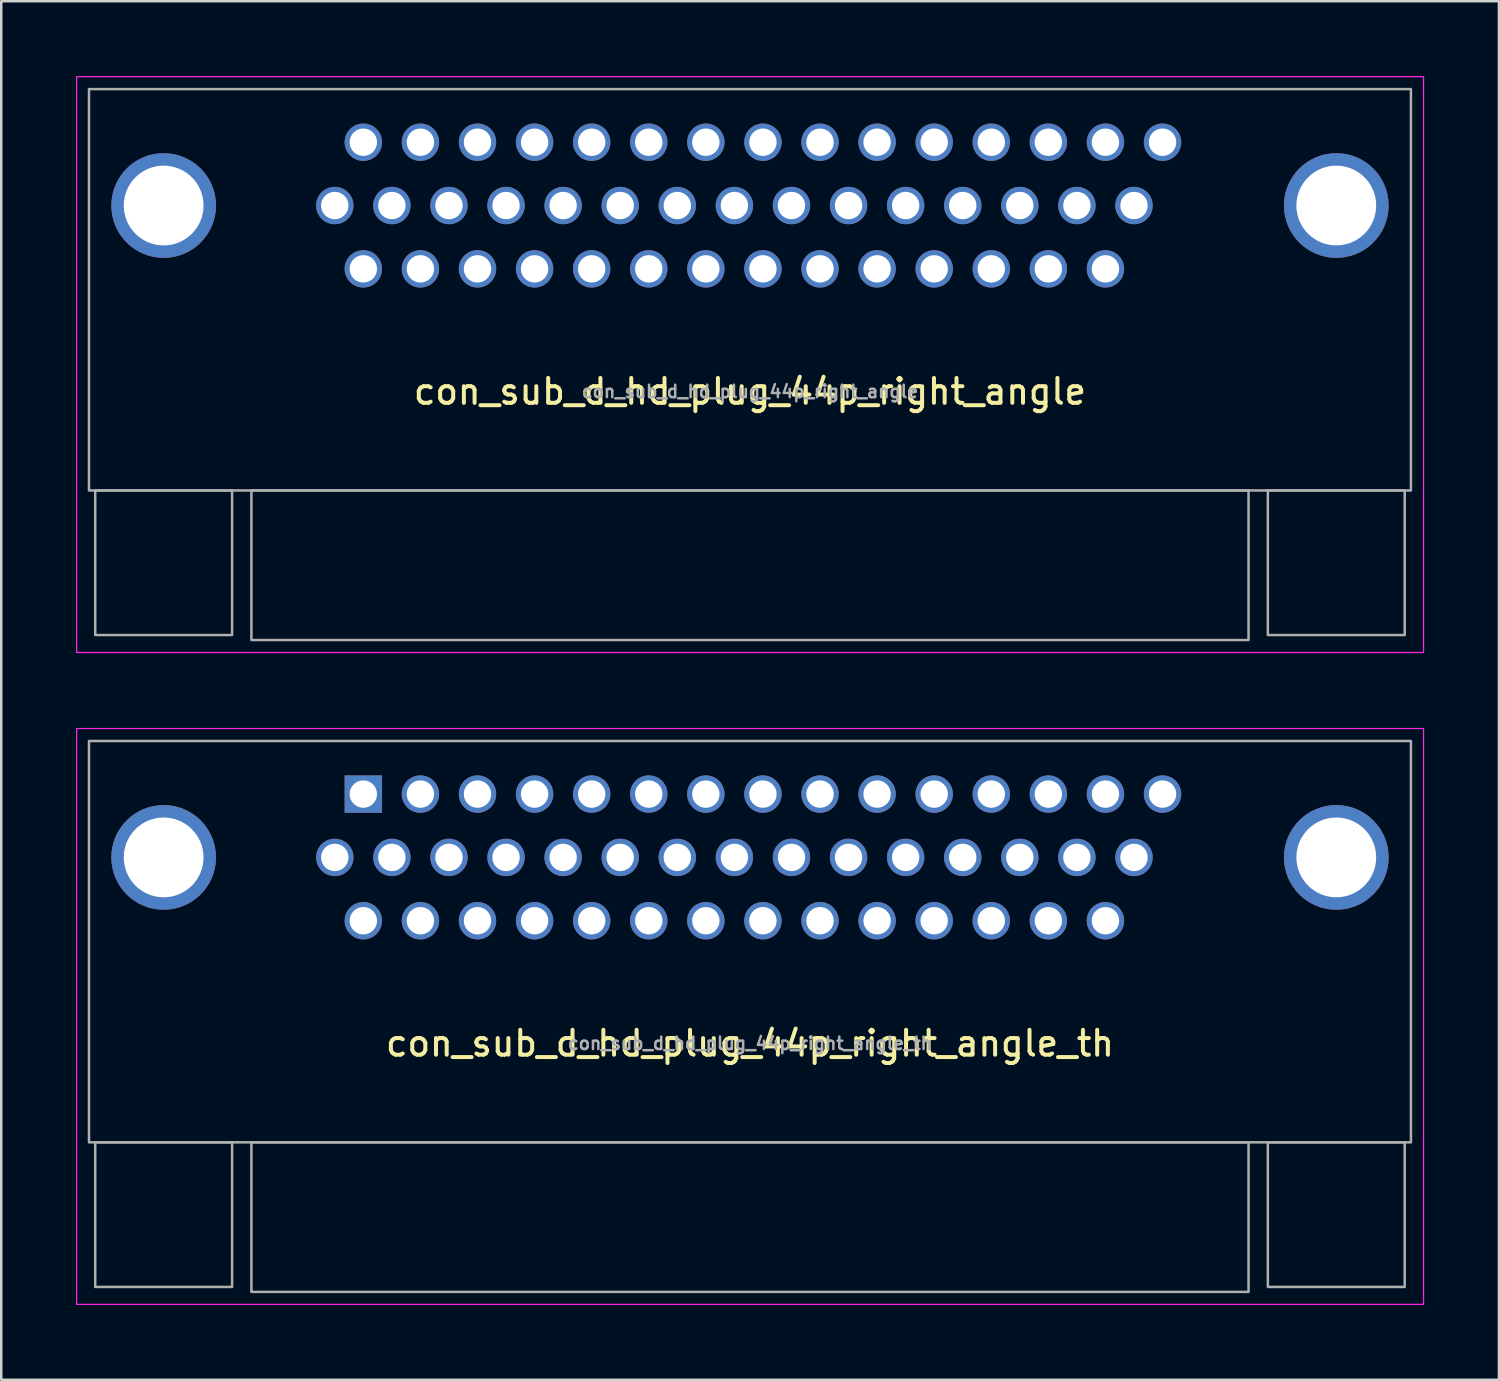
<source format=kicad_pcb>
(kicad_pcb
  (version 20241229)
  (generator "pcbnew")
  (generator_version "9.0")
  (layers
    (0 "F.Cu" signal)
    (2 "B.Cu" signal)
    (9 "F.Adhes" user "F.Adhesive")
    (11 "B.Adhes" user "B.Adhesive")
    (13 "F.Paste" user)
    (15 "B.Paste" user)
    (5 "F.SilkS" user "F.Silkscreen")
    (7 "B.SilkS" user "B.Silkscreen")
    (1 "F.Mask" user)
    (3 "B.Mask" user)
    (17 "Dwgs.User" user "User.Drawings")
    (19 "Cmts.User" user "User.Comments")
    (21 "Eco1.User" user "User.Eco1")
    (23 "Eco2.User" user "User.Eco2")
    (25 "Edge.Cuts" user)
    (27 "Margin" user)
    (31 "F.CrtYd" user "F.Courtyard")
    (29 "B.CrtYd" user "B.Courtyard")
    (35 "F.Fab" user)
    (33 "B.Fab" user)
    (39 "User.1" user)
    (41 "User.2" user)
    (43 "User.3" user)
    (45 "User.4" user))
  (footprint "con_sub_d_hd_plug_44p_right_angle_th"
    (layer "F.Cu")
    (at 11.525 28.805)
    (property "Reference" "con_sub_d_hd_plug_44p_right_angle_th" (at 15.51 10 0) (layer "F.SilkS") (effects (font (size 1 1) (thickness 0.16))))
    (attr through_hole exclude_from_pos_files)
    (fp_rect (start -11.5 -2.63) (end 42.53 20.47) (stroke (width 0.05) (type solid)) (fill no) (layer "F.CrtYd"))
    (fp_rect (start -11.005 -2.13) (end 42.025 13.97) (stroke (width 0.1) (type solid)) (fill no) (layer "F.Fab"))
    (fp_rect (start -10.755 13.97) (end -5.265 19.77) (stroke (width 0.1) (type solid)) (fill no) (layer "F.Fab"))
    (fp_rect (start -4.49 13.97) (end 35.51 19.97) (stroke (width 0.1) (type solid)) (fill no) (layer "F.Fab"))
    (fp_rect (start 36.285 13.97) (end 41.775 19.77) (stroke (width 0.1) (type solid)) (fill no) (layer "F.Fab"))
    (fp_text user "${REFERENCE}" (at 15.51 10 0) (layer "F.Fab") (effects (font (size 0.5 0.5) (thickness 0.1))))
    (pad "1" thru_hole rect (at 0 0) (size 1.5 1.5) (drill 1.1) (layers "*.Cu" "*.Mask"))
    (pad "2" thru_hole circle (at 2.29 0) (size 1.5 1.5) (drill 1.1) (layers "*.Cu" "*.Mask"))
    (pad "3" thru_hole circle (at 4.58 0) (size 1.5 1.5) (drill 1.1) (layers "*.Cu" "*.Mask"))
    (pad "4" thru_hole circle (at 6.87 0) (size 1.5 1.5) (drill 1.1) (layers "*.Cu" "*.Mask"))
    (pad "5" thru_hole circle (at 9.16 0) (size 1.5 1.5) (drill 1.1) (layers "*.Cu" "*.Mask"))
    (pad "6" thru_hole circle (at 11.45 0) (size 1.5 1.5) (drill 1.1) (layers "*.Cu" "*.Mask"))
    (pad "7" thru_hole circle (at 13.74 0) (size 1.5 1.5) (drill 1.1) (layers "*.Cu" "*.Mask"))
    (pad "8" thru_hole circle (at 16.03 0) (size 1.5 1.5) (drill 1.1) (layers "*.Cu" "*.Mask"))
    (pad "9" thru_hole circle (at 18.32 0) (size 1.5 1.5) (drill 1.1) (layers "*.Cu" "*.Mask"))
    (pad "10" thru_hole circle (at 20.61 0) (size 1.5 1.5) (drill 1.1) (layers "*.Cu" "*.Mask"))
    (pad "11" thru_hole circle (at 22.9 0) (size 1.5 1.5) (drill 1.1) (layers "*.Cu" "*.Mask"))
    (pad "12" thru_hole circle (at 25.19 0) (size 1.5 1.5) (drill 1.1) (layers "*.Cu" "*.Mask"))
    (pad "13" thru_hole circle (at 27.48 0) (size 1.5 1.5) (drill 1.1) (layers "*.Cu" "*.Mask"))
    (pad "14" thru_hole circle (at 29.77 0) (size 1.5 1.5) (drill 1.1) (layers "*.Cu" "*.Mask"))
    (pad "15" thru_hole circle (at 32.06 0) (size 1.5 1.5) (drill 1.1) (layers "*.Cu" "*.Mask"))
    (pad "16" thru_hole circle (at -1.145 2.54) (size 1.5 1.5) (drill 1.1) (layers "*.Cu" "*.Mask"))
    (pad "17" thru_hole circle (at 1.145 2.54) (size 1.5 1.5) (drill 1.1) (layers "*.Cu" "*.Mask"))
    (pad "18" thru_hole circle (at 3.435 2.54) (size 1.5 1.5) (drill 1.1) (layers "*.Cu" "*.Mask"))
    (pad "19" thru_hole circle (at 5.725 2.54) (size 1.5 1.5) (drill 1.1) (layers "*.Cu" "*.Mask"))
    (pad "20" thru_hole circle (at 8.015 2.54) (size 1.5 1.5) (drill 1.1) (layers "*.Cu" "*.Mask"))
    (pad "21" thru_hole circle (at 10.305 2.54) (size 1.5 1.5) (drill 1.1) (layers "*.Cu" "*.Mask"))
    (pad "22" thru_hole circle (at 12.595 2.54) (size 1.5 1.5) (drill 1.1) (layers "*.Cu" "*.Mask"))
    (pad "23" thru_hole circle (at 14.885 2.54) (size 1.5 1.5) (drill 1.1) (layers "*.Cu" "*.Mask"))
    (pad "24" thru_hole circle (at 17.175 2.54) (size 1.5 1.5) (drill 1.1) (layers "*.Cu" "*.Mask"))
    (pad "25" thru_hole circle (at 19.465 2.54) (size 1.5 1.5) (drill 1.1) (layers "*.Cu" "*.Mask"))
    (pad "26" thru_hole circle (at 21.755 2.54) (size 1.5 1.5) (drill 1.1) (layers "*.Cu" "*.Mask"))
    (pad "27" thru_hole circle (at 24.045 2.54) (size 1.5 1.5) (drill 1.1) (layers "*.Cu" "*.Mask"))
    (pad "28" thru_hole circle (at 26.335 2.54) (size 1.5 1.5) (drill 1.1) (layers "*.Cu" "*.Mask"))
    (pad "29" thru_hole circle (at 28.625 2.54) (size 1.5 1.5) (drill 1.1) (layers "*.Cu" "*.Mask"))
    (pad "30" thru_hole circle (at 30.915 2.54) (size 1.5 1.5) (drill 1.1) (layers "*.Cu" "*.Mask"))
    (pad "31" thru_hole circle (at 0 5.08) (size 1.5 1.5) (drill 1.1) (layers "*.Cu" "*.Mask"))
    (pad "32" thru_hole circle (at 2.29 5.08) (size 1.5 1.5) (drill 1.1) (layers "*.Cu" "*.Mask"))
    (pad "33" thru_hole circle (at 4.58 5.08) (size 1.5 1.5) (drill 1.1) (layers "*.Cu" "*.Mask"))
    (pad "34" thru_hole circle (at 6.87 5.08) (size 1.5 1.5) (drill 1.1) (layers "*.Cu" "*.Mask"))
    (pad "35" thru_hole circle (at 9.16 5.08) (size 1.5 1.5) (drill 1.1) (layers "*.Cu" "*.Mask"))
    (pad "36" thru_hole circle (at 11.45 5.08) (size 1.5 1.5) (drill 1.1) (layers "*.Cu" "*.Mask"))
    (pad "37" thru_hole circle (at 13.74 5.08) (size 1.5 1.5) (drill 1.1) (layers "*.Cu" "*.Mask"))
    (pad "38" thru_hole circle (at 16.03 5.08) (size 1.5 1.5) (drill 1.1) (layers "*.Cu" "*.Mask"))
    (pad "39" thru_hole circle (at 18.32 5.08) (size 1.5 1.5) (drill 1.1) (layers "*.Cu" "*.Mask"))
    (pad "40" thru_hole circle (at 20.61 5.08) (size 1.5 1.5) (drill 1.1) (layers "*.Cu" "*.Mask"))
    (pad "41" thru_hole circle (at 22.9 5.08) (size 1.5 1.5) (drill 1.1) (layers "*.Cu" "*.Mask"))
    (pad "42" thru_hole circle (at 25.19 5.08) (size 1.5 1.5) (drill 1.1) (layers "*.Cu" "*.Mask"))
    (pad "43" thru_hole circle (at 27.48 5.08) (size 1.5 1.5) (drill 1.1) (layers "*.Cu" "*.Mask"))
    (pad "44" thru_hole circle (at 29.77 5.08) (size 1.5 1.5) (drill 1.1) (layers "*.Cu" "*.Mask"))
    (pad "45" thru_hole circle (at -8.01 2.54) (size 4.2 4.2) (drill 3.2) (layers "*.Cu" "*.Mask"))
    (pad "45" thru_hole circle (at 39.03 2.54) (size 4.2 4.2) (drill 3.2) (layers "*.Cu" "*.Mask")))
  (footprint "con_sub_d_hd_plug_44p_right_angle"
    (layer "F.Cu")
    (at 11.525 2.655)
    (property "Reference" "con_sub_d_hd_plug_44p_right_angle" (at 15.51 10 0) (layer "F.SilkS") (effects (font (size 1 1) (thickness 0.16))))
    (attr through_hole exclude_from_pos_files)
    (fp_rect (start -11.5 -2.63) (end 42.53 20.47) (stroke (width 0.05) (type solid)) (fill no) (layer "F.CrtYd"))
    (fp_rect (start -11.005 -2.13) (end 42.025 13.97) (stroke (width 0.1) (type solid)) (fill no) (layer "F.Fab"))
    (fp_rect (start -10.755 13.97) (end -5.265 19.77) (stroke (width 0.1) (type solid)) (fill no) (layer "F.Fab"))
    (fp_rect (start -4.49 13.97) (end 35.51 19.97) (stroke (width 0.1) (type solid)) (fill no) (layer "F.Fab"))
    (fp_rect (start 36.285 13.97) (end 41.775 19.77) (stroke (width 0.1) (type solid)) (fill no) (layer "F.Fab"))
    (fp_text user "${REFERENCE}" (at 15.51 10 0) (layer "F.Fab") (effects (font (size 0.5 0.5) (thickness 0.1))))
    (pad "1" thru_hole circle (at 0 0) (size 1.5 1.5) (drill 1.1) (layers "*.Cu" "*.Mask"))
    (pad "2" thru_hole circle (at 2.29 0) (size 1.5 1.5) (drill 1.1) (layers "*.Cu" "*.Mask"))
    (pad "3" thru_hole circle (at 4.58 0) (size 1.5 1.5) (drill 1.1) (layers "*.Cu" "*.Mask"))
    (pad "4" thru_hole circle (at 6.87 0) (size 1.5 1.5) (drill 1.1) (layers "*.Cu" "*.Mask"))
    (pad "5" thru_hole circle (at 9.16 0) (size 1.5 1.5) (drill 1.1) (layers "*.Cu" "*.Mask"))
    (pad "6" thru_hole circle (at 11.45 0) (size 1.5 1.5) (drill 1.1) (layers "*.Cu" "*.Mask"))
    (pad "7" thru_hole circle (at 13.74 0) (size 1.5 1.5) (drill 1.1) (layers "*.Cu" "*.Mask"))
    (pad "8" thru_hole circle (at 16.03 0) (size 1.5 1.5) (drill 1.1) (layers "*.Cu" "*.Mask"))
    (pad "9" thru_hole circle (at 18.32 0) (size 1.5 1.5) (drill 1.1) (layers "*.Cu" "*.Mask"))
    (pad "10" thru_hole circle (at 20.61 0) (size 1.5 1.5) (drill 1.1) (layers "*.Cu" "*.Mask"))
    (pad "11" thru_hole circle (at 22.9 0) (size 1.5 1.5) (drill 1.1) (layers "*.Cu" "*.Mask"))
    (pad "12" thru_hole circle (at 25.19 0) (size 1.5 1.5) (drill 1.1) (layers "*.Cu" "*.Mask"))
    (pad "13" thru_hole circle (at 27.48 0) (size 1.5 1.5) (drill 1.1) (layers "*.Cu" "*.Mask"))
    (pad "14" thru_hole circle (at 29.77 0) (size 1.5 1.5) (drill 1.1) (layers "*.Cu" "*.Mask"))
    (pad "15" thru_hole circle (at 32.06 0) (size 1.5 1.5) (drill 1.1) (layers "*.Cu" "*.Mask"))
    (pad "16" thru_hole circle (at -1.145 2.54) (size 1.5 1.5) (drill 1.1) (layers "*.Cu" "*.Mask"))
    (pad "17" thru_hole circle (at 1.145 2.54) (size 1.5 1.5) (drill 1.1) (layers "*.Cu" "*.Mask"))
    (pad "18" thru_hole circle (at 3.435 2.54) (size 1.5 1.5) (drill 1.1) (layers "*.Cu" "*.Mask"))
    (pad "19" thru_hole circle (at 5.725 2.54) (size 1.5 1.5) (drill 1.1) (layers "*.Cu" "*.Mask"))
    (pad "20" thru_hole circle (at 8.015 2.54) (size 1.5 1.5) (drill 1.1) (layers "*.Cu" "*.Mask"))
    (pad "21" thru_hole circle (at 10.305 2.54) (size 1.5 1.5) (drill 1.1) (layers "*.Cu" "*.Mask"))
    (pad "22" thru_hole circle (at 12.595 2.54) (size 1.5 1.5) (drill 1.1) (layers "*.Cu" "*.Mask"))
    (pad "23" thru_hole circle (at 14.885 2.54) (size 1.5 1.5) (drill 1.1) (layers "*.Cu" "*.Mask"))
    (pad "24" thru_hole circle (at 17.175 2.54) (size 1.5 1.5) (drill 1.1) (layers "*.Cu" "*.Mask"))
    (pad "25" thru_hole circle (at 19.465 2.54) (size 1.5 1.5) (drill 1.1) (layers "*.Cu" "*.Mask"))
    (pad "26" thru_hole circle (at 21.755 2.54) (size 1.5 1.5) (drill 1.1) (layers "*.Cu" "*.Mask"))
    (pad "27" thru_hole circle (at 24.045 2.54) (size 1.5 1.5) (drill 1.1) (layers "*.Cu" "*.Mask"))
    (pad "28" thru_hole circle (at 26.335 2.54) (size 1.5 1.5) (drill 1.1) (layers "*.Cu" "*.Mask"))
    (pad "29" thru_hole circle (at 28.625 2.54) (size 1.5 1.5) (drill 1.1) (layers "*.Cu" "*.Mask"))
    (pad "30" thru_hole circle (at 30.915 2.54) (size 1.5 1.5) (drill 1.1) (layers "*.Cu" "*.Mask"))
    (pad "31" thru_hole circle (at 0 5.08) (size 1.5 1.5) (drill 1.1) (layers "*.Cu" "*.Mask"))
    (pad "32" thru_hole circle (at 2.29 5.08) (size 1.5 1.5) (drill 1.1) (layers "*.Cu" "*.Mask"))
    (pad "33" thru_hole circle (at 4.58 5.08) (size 1.5 1.5) (drill 1.1) (layers "*.Cu" "*.Mask"))
    (pad "34" thru_hole circle (at 6.87 5.08) (size 1.5 1.5) (drill 1.1) (layers "*.Cu" "*.Mask"))
    (pad "35" thru_hole circle (at 9.16 5.08) (size 1.5 1.5) (drill 1.1) (layers "*.Cu" "*.Mask"))
    (pad "36" thru_hole circle (at 11.45 5.08) (size 1.5 1.5) (drill 1.1) (layers "*.Cu" "*.Mask"))
    (pad "37" thru_hole circle (at 13.74 5.08) (size 1.5 1.5) (drill 1.1) (layers "*.Cu" "*.Mask"))
    (pad "38" thru_hole circle (at 16.03 5.08) (size 1.5 1.5) (drill 1.1) (layers "*.Cu" "*.Mask"))
    (pad "39" thru_hole circle (at 18.32 5.08) (size 1.5 1.5) (drill 1.1) (layers "*.Cu" "*.Mask"))
    (pad "40" thru_hole circle (at 20.61 5.08) (size 1.5 1.5) (drill 1.1) (layers "*.Cu" "*.Mask"))
    (pad "41" thru_hole circle (at 22.9 5.08) (size 1.5 1.5) (drill 1.1) (layers "*.Cu" "*.Mask"))
    (pad "42" thru_hole circle (at 25.19 5.08) (size 1.5 1.5) (drill 1.1) (layers "*.Cu" "*.Mask"))
    (pad "43" thru_hole circle (at 27.48 5.08) (size 1.5 1.5) (drill 1.1) (layers "*.Cu" "*.Mask"))
    (pad "44" thru_hole circle (at 29.77 5.08) (size 1.5 1.5) (drill 1.1) (layers "*.Cu" "*.Mask"))
    (pad "45" thru_hole circle (at -8.01 2.54) (size 4.2 4.2) (drill 3.2) (layers "*.Cu" "*.Mask"))
    (pad "45" thru_hole circle (at 39.03 2.54) (size 4.2 4.2) (drill 3.2) (layers "*.Cu" "*.Mask")))
  (gr_rect
    (start -3 -3)
    (end 57.08 52.3)
    (stroke (width 0.1) (type default))
    (fill no)
    (layer "Edge.Cuts")))
</source>
